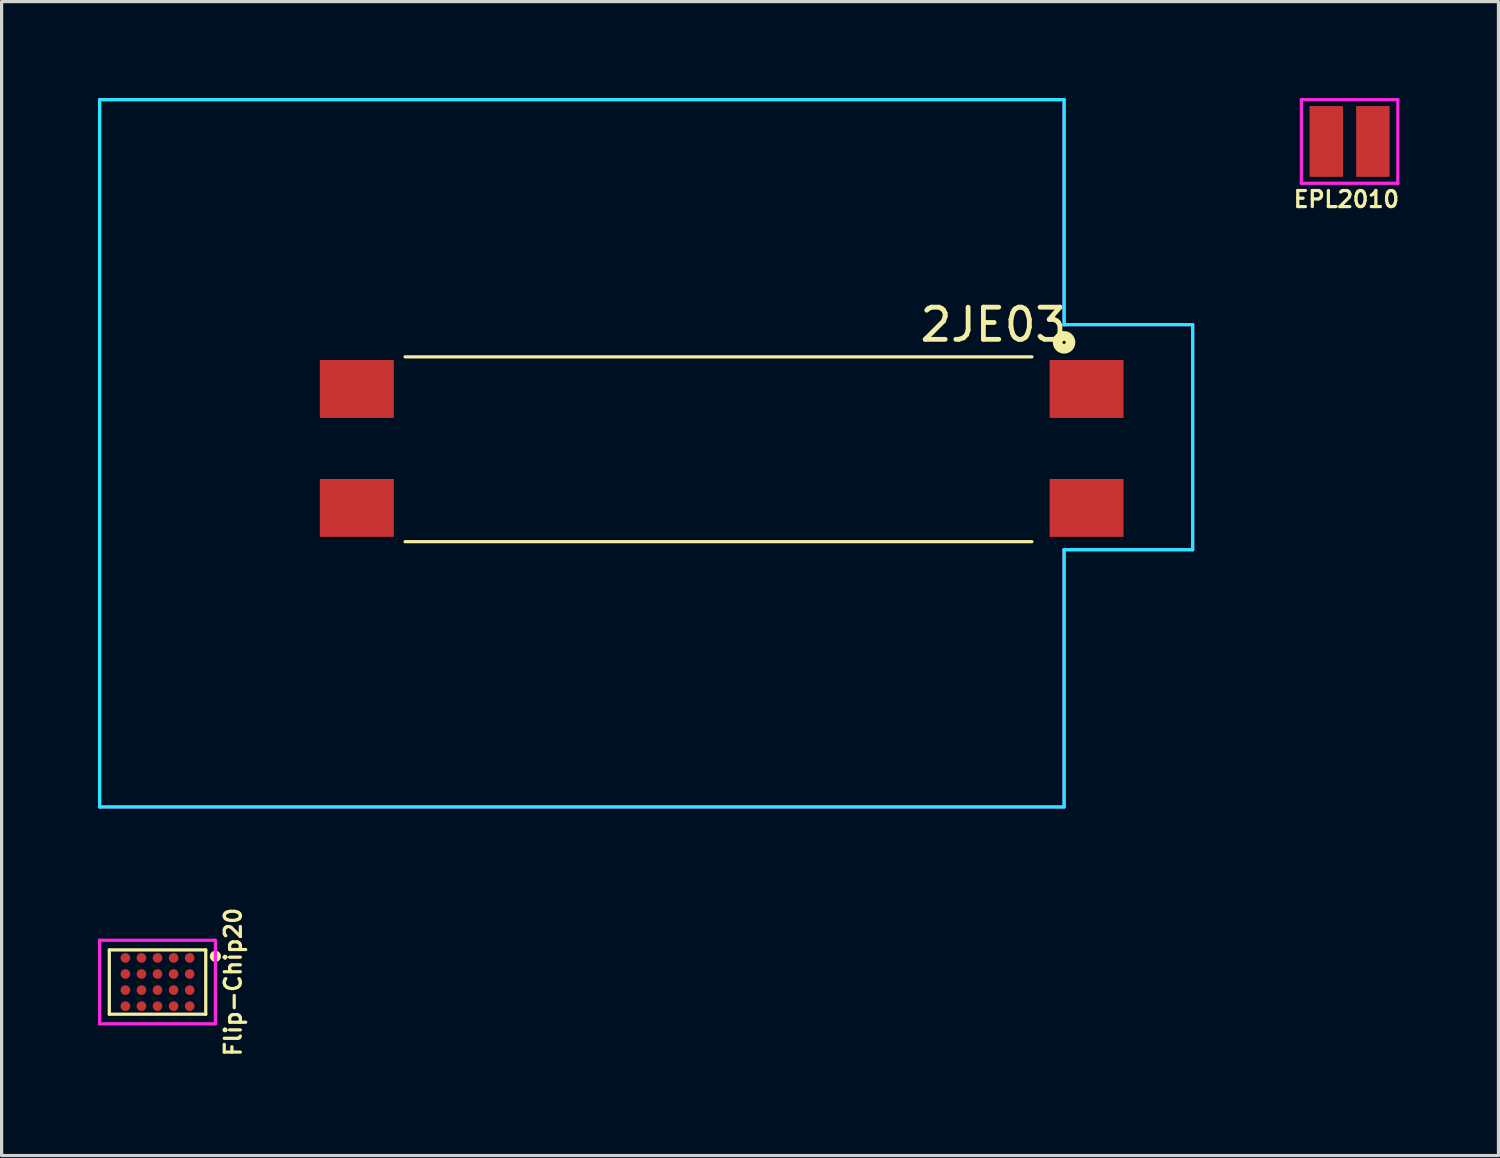
<source format=kicad_pcb>
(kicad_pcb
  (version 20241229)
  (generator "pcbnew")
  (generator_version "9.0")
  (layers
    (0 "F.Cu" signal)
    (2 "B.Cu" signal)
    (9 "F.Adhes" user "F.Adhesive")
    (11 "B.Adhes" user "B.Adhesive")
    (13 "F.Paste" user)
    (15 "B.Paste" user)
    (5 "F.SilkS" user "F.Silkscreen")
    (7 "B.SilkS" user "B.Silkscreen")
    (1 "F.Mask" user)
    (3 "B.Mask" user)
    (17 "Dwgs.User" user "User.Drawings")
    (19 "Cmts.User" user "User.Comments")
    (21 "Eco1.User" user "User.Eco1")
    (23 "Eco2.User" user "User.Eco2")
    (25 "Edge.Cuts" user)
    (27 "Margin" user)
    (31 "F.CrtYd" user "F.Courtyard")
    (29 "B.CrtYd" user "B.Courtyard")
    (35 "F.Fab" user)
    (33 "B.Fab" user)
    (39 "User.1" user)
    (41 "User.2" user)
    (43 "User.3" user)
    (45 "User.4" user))
  (footprint "EPL2010"
    (layer "F.Cu")
    (at 38.931 1.35)
    (property "Reference" "EPL2010" (at -0.1 1.8 0) (layer "F.SilkS") (effects (font (size 0.5 0.5) (thickness 0.1))))
    (attr through_hole)
    (fp_line (start -1.5 -1.3) (end -1.5 1.3) (stroke (width 0.1) (type solid)) (layer "F.CrtYd"))
    (fp_line (start -1.5 1.3) (end 1.5 1.3) (stroke (width 0.1) (type solid)) (layer "F.CrtYd"))
    (fp_line (start 1.5 -1.3) (end -1.5 -1.3) (stroke (width 0.1) (type solid)) (layer "F.CrtYd"))
    (fp_line (start 1.5 1.3) (end 1.5 -1.3) (stroke (width 0.1) (type solid)) (layer "F.CrtYd"))
    (pad "1" smd rect (at -0.725 0) (size 1.04 2.2) (layers "F.Cu" "F.Mask" "F.Paste"))
    (pad "2" smd rect (at 0.725 0) (size 1.04 2.2) (layers "F.Cu" "F.Mask" "F.Paste")))
  (footprint "2JE03"
    (layer "F.Cu")
    (at 20.05 11.05)
    (property "Reference" "2JE03" (at 7.8 -4 180) (layer "F.SilkS") (effects (font (size 1 1) (thickness 0.15))))
    (attr through_hole)
    (fp_line (start -10.5 -3) (end 9 -3) (stroke (width 0.1) (type solid)) (layer "F.SilkS"))
    (fp_line (start 9 2.75) (end -10.5 2.75) (stroke (width 0.1) (type solid)) (layer "F.SilkS"))
    (fp_circle (center 10 -3.45) (end 10 -3.25) (stroke (width 0.3) (type solid)) (fill no) (layer "F.SilkS"))
    (fp_line (start -20 -11) (end 10 -11) (stroke (width 0.1) (type solid)) (layer "B.CrtYd"))
    (fp_line (start -20 11) (end -20 -11) (stroke (width 0.1) (type solid)) (layer "B.CrtYd"))
    (fp_line (start 10 -11) (end 10 -4) (stroke (width 0.1) (type solid)) (layer "B.CrtYd"))
    (fp_line (start 10 -4) (end 14 -4) (stroke (width 0.1) (type solid)) (layer "B.CrtYd"))
    (fp_line (start 10 3) (end 10 11) (stroke (width 0.1) (type solid)) (layer "B.CrtYd"))
    (fp_line (start 10 11) (end -20 11) (stroke (width 0.1) (type solid)) (layer "B.CrtYd"))
    (fp_line (start 14 -4) (end 14 3) (stroke (width 0.1) (type solid)) (layer "B.CrtYd"))
    (fp_line (start 14 3) (end 10 3) (stroke (width 0.1) (type solid)) (layer "B.CrtYd"))
    (fp_line (start -20 -11) (end 10 -11) (stroke (width 0.1) (type solid)) (layer "F.CrtYd"))
    (fp_line (start -20 11) (end -20 -11) (stroke (width 0.1) (type solid)) (layer "F.CrtYd"))
    (fp_line (start 10 -11) (end 10 -4) (stroke (width 0.1) (type solid)) (layer "F.CrtYd"))
    (fp_line (start 10 -4) (end 14 -4) (stroke (width 0.1) (type solid)) (layer "F.CrtYd"))
    (fp_line (start 10 3) (end 10 11) (stroke (width 0.1) (type solid)) (layer "F.CrtYd"))
    (fp_line (start 10 11) (end -20 11) (stroke (width 0.1) (type solid)) (layer "F.CrtYd"))
    (fp_line (start 14 -4) (end 14 3) (stroke (width 0.1) (type solid)) (layer "F.CrtYd"))
    (fp_line (start 14 3) (end 10 3) (stroke (width 0.1) (type solid)) (layer "F.CrtYd"))
    (pad "" smd rect (at -12 -2) (size 2.3 1.8) (layers "F.Cu" "F.Mask" "F.Paste"))
    (pad "" smd rect (at -12 1.7) (size 2.3 1.8) (layers "F.Cu" "F.Mask" "F.Paste"))
    (pad "1" smd rect (at 10.7 -2) (size 2.3 1.8) (layers "F.Cu" "F.Mask" "F.Paste"))
    (pad "GND" smd rect (at 10.7 1.7) (size 2.3 1.8) (layers "F.Cu" "F.Mask" "F.Paste")))
  (footprint "Flip-Chip20"
    (layer "F.Cu")
    (at 1.85 27.498)
    (property "Reference" "Flip-Chip20" (at 2.35 0 270) (layer "F.SilkS") (effects (font (size 0.5 0.5) (thickness 0.1))))
    (attr through_hole)
    (fp_line (start -1.5 -1) (end 1.5 -1) (stroke (width 0.1) (type solid)) (layer "F.SilkS"))
    (fp_line (start -1.5 1) (end -1.5 -1) (stroke (width 0.1) (type solid)) (layer "F.SilkS"))
    (fp_line (start 1.5 -1) (end 1.5 1) (stroke (width 0.1) (type solid)) (layer "F.SilkS"))
    (fp_line (start 1.5 1) (end -1.5 1) (stroke (width 0.1) (type solid)) (layer "F.SilkS"))
    (fp_circle (center 1.8 -0.8) (end 1.8 -0.7) (stroke (width 0.15) (type solid)) (fill no) (layer "F.SilkS"))
    (fp_line (start -1.8 -1.3) (end 1.8 -1.3) (stroke (width 0.1) (type solid)) (layer "F.CrtYd"))
    (fp_line (start -1.8 1.3) (end -1.8 -1.3) (stroke (width 0.1) (type solid)) (layer "F.CrtYd"))
    (fp_line (start 1.8 -1.3) (end 1.8 1.3) (stroke (width 0.1) (type solid)) (layer "F.CrtYd"))
    (fp_line (start 1.8 1.3) (end -1.8 1.3) (stroke (width 0.1) (type solid)) (layer "F.CrtYd"))
    (pad "A1" smd circle (at 1 -0.75) (size 0.3 0.3) (layers "F.Cu" "F.Mask" "F.Paste"))
    (pad "A2" smd circle (at 1 -0.25) (size 0.3 0.3) (layers "F.Cu" "F.Mask" "F.Paste"))
    (pad "A3" smd circle (at 1 0.25) (size 0.3 0.3) (layers "F.Cu" "F.Mask" "F.Paste"))
    (pad "A4" smd circle (at 1 0.75) (size 0.3 0.3) (layers "F.Cu" "F.Mask" "F.Paste"))
    (pad "B1" smd circle (at 0.5 -0.75) (size 0.3 0.3) (layers "F.Cu" "F.Mask" "F.Paste"))
    (pad "B2" smd circle (at 0.5 -0.25) (size 0.3 0.3) (layers "F.Cu" "F.Mask" "F.Paste"))
    (pad "B3" smd circle (at 0.5 0.25) (size 0.3 0.3) (layers "F.Cu" "F.Mask" "F.Paste"))
    (pad "B4" smd circle (at 0.5 0.75) (size 0.3 0.3) (layers "F.Cu" "F.Mask" "F.Paste"))
    (pad "C1" smd circle (at 0 -0.75) (size 0.3 0.3) (layers "F.Cu" "F.Mask" "F.Paste"))
    (pad "C2" smd circle (at 0 -0.25) (size 0.3 0.3) (layers "F.Cu" "F.Mask" "F.Paste"))
    (pad "C3" smd circle (at 0 0.25) (size 0.3 0.3) (layers "F.Cu" "F.Mask" "F.Paste"))
    (pad "C4" smd circle (at 0 0.75) (size 0.3 0.3) (layers "F.Cu" "F.Mask" "F.Paste"))
    (pad "D1" smd circle (at -0.5 -0.75) (size 0.3 0.3) (layers "F.Cu" "F.Mask" "F.Paste"))
    (pad "D2" smd circle (at -0.5 -0.25) (size 0.3 0.3) (layers "F.Cu" "F.Mask" "F.Paste"))
    (pad "D3" smd circle (at -0.5 0.25) (size 0.3 0.3) (layers "F.Cu" "F.Mask" "F.Paste"))
    (pad "D4" smd circle (at -0.5 0.75) (size 0.3 0.3) (layers "F.Cu" "F.Mask" "F.Paste"))
    (pad "E1" smd circle (at -1 -0.75) (size 0.3 0.3) (layers "F.Cu" "F.Mask" "F.Paste"))
    (pad "E2" smd circle (at -1 -0.25) (size 0.3 0.3) (layers "F.Cu" "F.Mask" "F.Paste"))
    (pad "E3" smd circle (at -1 0.25) (size 0.3 0.3) (layers "F.Cu" "F.Mask" "F.Paste"))
    (pad "E4" smd circle (at -1 0.75) (size 0.3 0.3) (layers "F.Cu" "F.Mask" "F.Paste")))
  (gr_rect
    (start -3 -3)
    (end 43.562 32.895)
    (stroke (width 0.1) (type default))
    (fill no)
    (layer "Edge.Cuts")))
</source>
